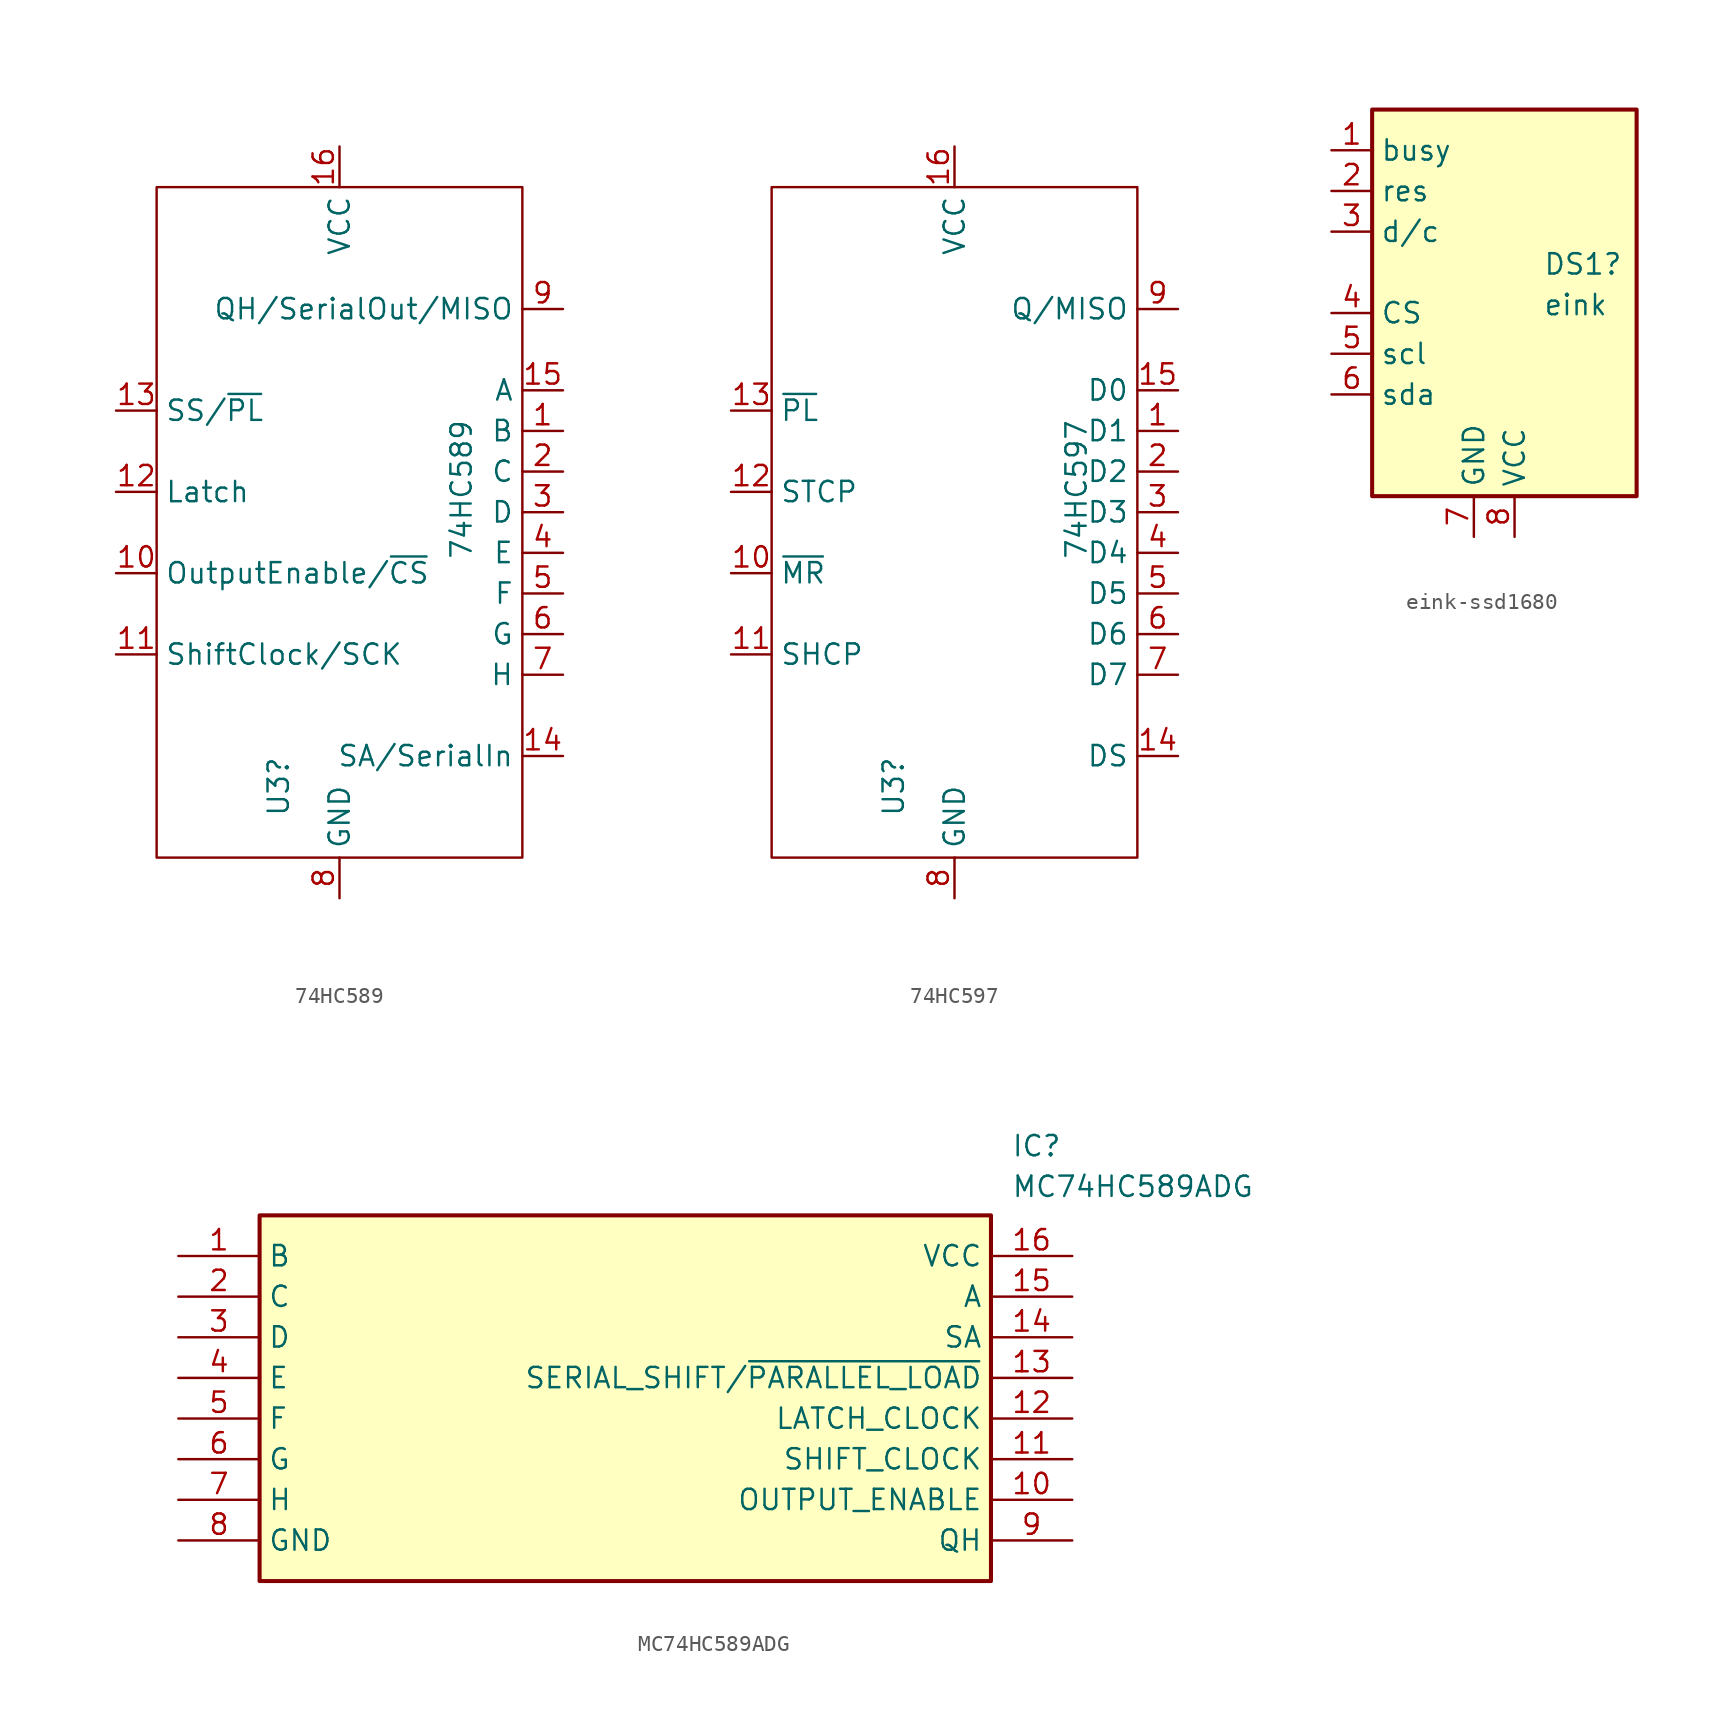
<source format=kicad_sym>
(kicad_symbol_lib
  (version 20220914)
  (generator kicad_symbol_editor)
  (symbol "74HC589"
    (property "Reference" "U3"
      (at -3.81 -13.97 90)
      (effects (font (size 1.27 1.27)) (justify right)))
    (property "Value" "74HC589"
      (at 7.62 7.112 90)
      (effects (font (size 1.27 1.27)) (justify right)))
    (symbol "74HC589_0_1"
      (rectangle (start -11.43 21.59) (end 11.43 -20.32) (stroke (width 0.152) (type default)) (fill (type none))))
    (symbol "74HC589_1_1"
      (pin input line (at 13.97 6.35 180) (length 2.54) (name "B" (effects (font (size 1.27 1.27)))) (number "1" (effects (font (size 1.27 1.27)))))
      (pin input line (at -13.97 -2.54 0) (length 2.54) (name "OutputEnable/~{CS}" (effects (font (size 1.27 1.27)))) (number "10" (effects (font (size 1.27 1.27)))))
      (pin input line (at -13.97 -7.62 0) (length 2.54) (name "ShiftClock/SCK" (effects (font (size 1.27 1.27)))) (number "11" (effects (font (size 1.27 1.27)))))
      (pin input line (at -13.97 2.54 0) (length 2.54) (name "Latch" (effects (font (size 1.27 1.27)))) (number "12" (effects (font (size 1.27 1.27)))))
      (pin input line (at -13.97 7.62 0) (length 2.54) (name "SS/~{PL}" (effects (font (size 1.27 1.27)))) (number "13" (effects (font (size 1.27 1.27)))))
      (pin input line (at 13.97 -13.97 180) (length 2.54) (name "SA/SerialIn" (effects (font (size 1.27 1.27)))) (number "14" (effects (font (size 1.27 1.27)))))
      (pin input line (at 13.97 8.89 180) (length 2.54) (name "A" (effects (font (size 1.27 1.27)))) (number "15" (effects (font (size 1.27 1.27)))))
      (pin power_in line (at 0 24.13 270) (length 2.54) (name "VCC" (effects (font (size 1.27 1.27)))) (number "16" (effects (font (size 1.27 1.27)))))
      (pin input line (at 13.97 3.81 180) (length 2.54) (name "C" (effects (font (size 1.27 1.27)))) (number "2" (effects (font (size 1.27 1.27)))))
      (pin input line (at 13.97 1.27 180) (length 2.54) (name "D" (effects (font (size 1.27 1.27)))) (number "3" (effects (font (size 1.27 1.27)))))
      (pin input line (at 13.97 -1.27 180) (length 2.54) (name "E" (effects (font (size 1.27 1.27)))) (number "4" (effects (font (size 1.27 1.27)))))
      (pin input line (at 13.97 -3.81 180) (length 2.54) (name "F" (effects (font (size 1.27 1.27)))) (number "5" (effects (font (size 1.27 1.27)))))
      (pin input line (at 13.97 -6.35 180) (length 2.54) (name "G" (effects (font (size 1.27 1.27)))) (number "6" (effects (font (size 1.27 1.27)))))
      (pin input line (at 13.97 -8.89 180) (length 2.54) (name "H" (effects (font (size 1.27 1.27)))) (number "7" (effects (font (size 1.27 1.27)))))
      (pin power_in line (at 0 -22.86 90) (length 2.54) (name "GND" (effects (font (size 1.27 1.27)))) (number "8" (effects (font (size 1.27 1.27)))))
      (pin output line (at 13.97 13.97 180) (length 2.54) (name "QH/SerialOut/MISO" (effects (font (size 1.27 1.27)))) (number "9" (effects (font (size 1.27 1.27)))))))
  (symbol "74HC597"
    (property "Reference" "U3"
      (at -3.81 -13.97 90)
      (effects (font (size 1.27 1.27)) (justify right)))
    (property "Value" "74HC597"
      (at 7.62 7.112 90)
      (effects (font (size 1.27 1.27)) (justify right)))
    (symbol "74HC597_0_1"
      (rectangle (start -11.43 21.59) (end 11.43 -20.32) (stroke (width 0.152) (type default)) (fill (type none))))
    (symbol "74HC597_1_1"
      (pin input line (at 13.97 6.35 180) (length 2.54) (name "D1" (effects (font (size 1.27 1.27)))) (number "1" (effects (font (size 1.27 1.27)))))
      (pin input line (at -13.97 -2.54 0) (length 2.54) (name "~{MR}" (effects (font (size 1.27 1.27)))) (number "10" (effects (font (size 1.27 1.27)))))
      (pin input line (at -13.97 -7.62 0) (length 2.54) (name "SHCP" (effects (font (size 1.27 1.27)))) (number "11" (effects (font (size 1.27 1.27)))))
      (pin input line (at -13.97 2.54 0) (length 2.54) (name "STCP" (effects (font (size 1.27 1.27)))) (number "12" (effects (font (size 1.27 1.27)))))
      (pin input line (at -13.97 7.62 0) (length 2.54) (name "~{PL}" (effects (font (size 1.27 1.27)))) (number "13" (effects (font (size 1.27 1.27)))))
      (pin input line (at 13.97 -13.97 180) (length 2.54) (name "DS" (effects (font (size 1.27 1.27)))) (number "14" (effects (font (size 1.27 1.27)))))
      (pin input line (at 13.97 8.89 180) (length 2.54) (name "D0" (effects (font (size 1.27 1.27)))) (number "15" (effects (font (size 1.27 1.27)))))
      (pin power_in line (at 0 24.13 270) (length 2.54) (name "VCC" (effects (font (size 1.27 1.27)))) (number "16" (effects (font (size 1.27 1.27)))))
      (pin input line (at 13.97 3.81 180) (length 2.54) (name "D2" (effects (font (size 1.27 1.27)))) (number "2" (effects (font (size 1.27 1.27)))))
      (pin input line (at 13.97 1.27 180) (length 2.54) (name "D3" (effects (font (size 1.27 1.27)))) (number "3" (effects (font (size 1.27 1.27)))))
      (pin input line (at 13.97 -1.27 180) (length 2.54) (name "D4" (effects (font (size 1.27 1.27)))) (number "4" (effects (font (size 1.27 1.27)))))
      (pin input line (at 13.97 -3.81 180) (length 2.54) (name "D5" (effects (font (size 1.27 1.27)))) (number "5" (effects (font (size 1.27 1.27)))))
      (pin input line (at 13.97 -6.35 180) (length 2.54) (name "D6" (effects (font (size 1.27 1.27)))) (number "6" (effects (font (size 1.27 1.27)))))
      (pin input line (at 13.97 -8.89 180) (length 2.54) (name "D7" (effects (font (size 1.27 1.27)))) (number "7" (effects (font (size 1.27 1.27)))))
      (pin power_in line (at 0 -22.86 90) (length 2.54) (name "GND" (effects (font (size 1.27 1.27)))) (number "8" (effects (font (size 1.27 1.27)))))
      (pin output line (at 13.97 13.97 180) (length 2.54) (name "Q/MISO" (effects (font (size 1.27 1.27)))) (number "9" (effects (font (size 1.27 1.27)))))))
  (symbol "eink-ssd1680"
    (property "Reference" "DS1"
      (at 0.508 13.208 0)
      (effects (font (size 1.27 1.27)) (justify left)))
    (property "Value" "eink"
      (at 0.508 10.668 0)
      (effects (font (size 1.27 1.27)) (justify left)))
    (symbol "eink-ssd1680_0_1"
      (rectangle (start -10.16 22.86) (end 6.35 -1.27) (stroke (width 0.254) (type default)) (fill (type background))))
    (symbol "eink-ssd1680_1_1"
      (pin input line (at -12.7 20.32 0) (length 2.54) (name "busy" (effects (font (size 1.27 1.27)))) (number "1" (effects (font (size 1.27 1.27)))))
      (pin input line (at -12.7 17.78 0) (length 2.54) (name "res" (effects (font (size 1.27 1.27)))) (number "2" (effects (font (size 1.27 1.27)))))
      (pin input line (at -12.7 15.24 0) (length 2.54) (name "d/c" (effects (font (size 1.27 1.27)))) (number "3" (effects (font (size 1.27 1.27)))))
      (pin input line (at -12.7 10.16 0) (length 2.54) (name "CS" (effects (font (size 1.27 1.27)))) (number "4" (effects (font (size 1.27 1.27)))))
      (pin input line (at -12.7 7.62 0) (length 2.54) (name "scl" (effects (font (size 1.27 1.27)))) (number "5" (effects (font (size 1.27 1.27)))))
      (pin input line (at -12.7 5.08 0) (length 2.54) (name "sda" (effects (font (size 1.27 1.27)))) (number "6" (effects (font (size 1.27 1.27)))))
      (pin power_in line (at -3.81 -3.81 90) (length 2.54) (name "GND" (effects (font (size 1.27 1.27)))) (number "7" (effects (font (size 1.27 1.27)))))
      (pin power_in line (at -1.27 -3.81 90) (length 2.54) (name "VCC" (effects (font (size 1.27 1.27)))) (number "8" (effects (font (size 1.27 1.27)))))))
  (symbol "MC74HC589ADG"
    (property "Reference" "IC"
      (at 52.07 7.62 0)
      (effects (font (size 1.27 1.27)) (justify left top)))
    (property "Value" "MC74HC589ADG"
      (at 52.07 5.08 0)
      (effects (font (size 1.27 1.27)) (justify left top)))
    (symbol "MC74HC589ADG_1_1"
      (rectangle (start 5.08 2.54) (end 50.8 -20.32) (stroke (width 0.254) (type default)) (fill (type background)))
      (pin passive line (at 0 0 0) (length 5.08) (name "B" (effects (font (size 1.27 1.27)))) (number "1" (effects (font (size 1.27 1.27)))))
      (pin output line (at 55.88 -15.24 180) (length 5.08) (name "OUTPUT_ENABLE" (effects (font (size 1.27 1.27)))) (number "10" (effects (font (size 1.27 1.27)))))
      (pin input line (at 55.88 -12.7 180) (length 5.08) (name "SHIFT_CLOCK" (effects (font (size 1.27 1.27)))) (number "11" (effects (font (size 1.27 1.27)))))
      (pin input line (at 55.88 -10.16 180) (length 5.08) (name "LATCH_CLOCK" (effects (font (size 1.27 1.27)))) (number "12" (effects (font (size 1.27 1.27)))))
      (pin passive line (at 55.88 -7.62 180) (length 5.08) (name "SERIAL_SHIFT/~{PARALLEL_LOAD}" (effects (font (size 1.27 1.27)))) (number "13" (effects (font (size 1.27 1.27)))))
      (pin passive line (at 55.88 -5.08 180) (length 5.08) (name "SA" (effects (font (size 1.27 1.27)))) (number "14" (effects (font (size 1.27 1.27)))))
      (pin passive line (at 55.88 -2.54 180) (length 5.08) (name "A" (effects (font (size 1.27 1.27)))) (number "15" (effects (font (size 1.27 1.27)))))
      (pin power_in line (at 55.88 0 180) (length 5.08) (name "VCC" (effects (font (size 1.27 1.27)))) (number "16" (effects (font (size 1.27 1.27)))))
      (pin passive line (at 0 -2.54 0) (length 5.08) (name "C" (effects (font (size 1.27 1.27)))) (number "2" (effects (font (size 1.27 1.27)))))
      (pin passive line (at 0 -5.08 0) (length 5.08) (name "D" (effects (font (size 1.27 1.27)))) (number "3" (effects (font (size 1.27 1.27)))))
      (pin passive line (at 0 -7.62 0) (length 5.08) (name "E" (effects (font (size 1.27 1.27)))) (number "4" (effects (font (size 1.27 1.27)))))
      (pin passive line (at 0 -10.16 0) (length 5.08) (name "F" (effects (font (size 1.27 1.27)))) (number "5" (effects (font (size 1.27 1.27)))))
      (pin passive line (at 0 -12.7 0) (length 5.08) (name "G" (effects (font (size 1.27 1.27)))) (number "6" (effects (font (size 1.27 1.27)))))
      (pin passive line (at 0 -15.24 0) (length 5.08) (name "H" (effects (font (size 1.27 1.27)))) (number "7" (effects (font (size 1.27 1.27)))))
      (pin power_in line (at 0 -17.78 0) (length 5.08) (name "GND" (effects (font (size 1.27 1.27)))) (number "8" (effects (font (size 1.27 1.27)))))
      (pin passive line (at 55.88 -17.78 180) (length 5.08) (name "QH" (effects (font (size 1.27 1.27)))) (number "9" (effects (font (size 1.27 1.27))))))))
</source>
